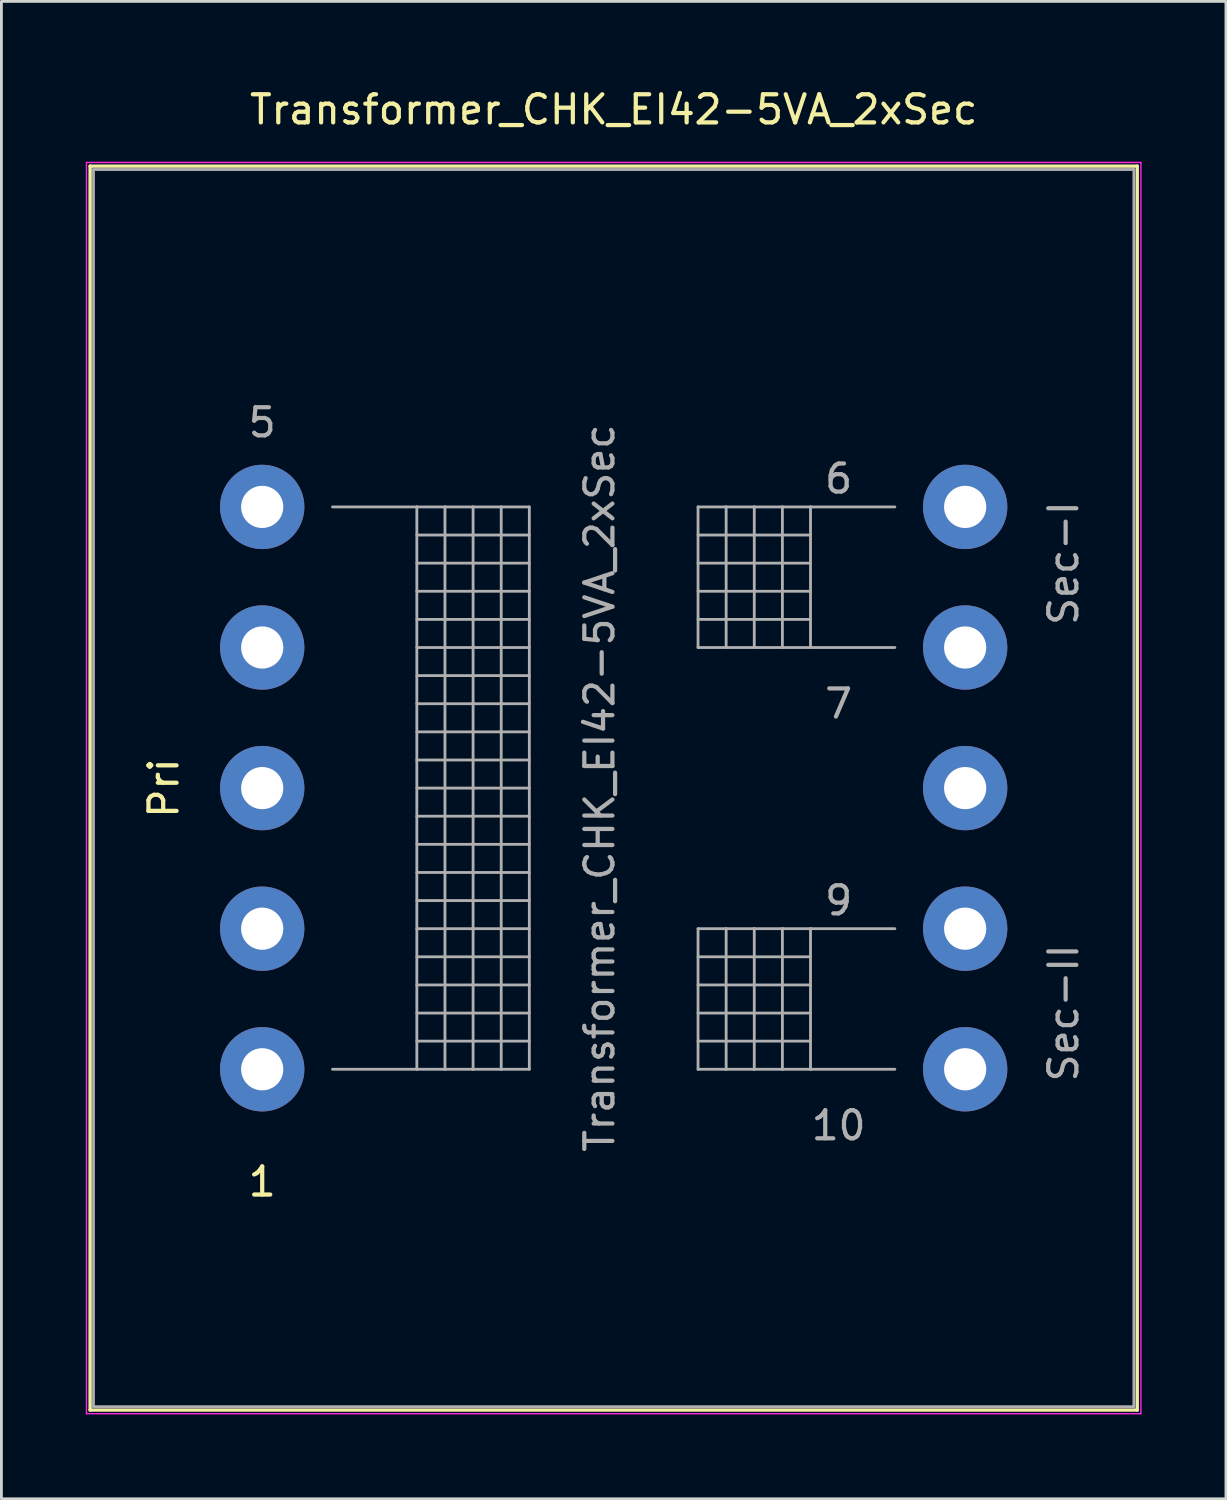
<source format=kicad_pcb>
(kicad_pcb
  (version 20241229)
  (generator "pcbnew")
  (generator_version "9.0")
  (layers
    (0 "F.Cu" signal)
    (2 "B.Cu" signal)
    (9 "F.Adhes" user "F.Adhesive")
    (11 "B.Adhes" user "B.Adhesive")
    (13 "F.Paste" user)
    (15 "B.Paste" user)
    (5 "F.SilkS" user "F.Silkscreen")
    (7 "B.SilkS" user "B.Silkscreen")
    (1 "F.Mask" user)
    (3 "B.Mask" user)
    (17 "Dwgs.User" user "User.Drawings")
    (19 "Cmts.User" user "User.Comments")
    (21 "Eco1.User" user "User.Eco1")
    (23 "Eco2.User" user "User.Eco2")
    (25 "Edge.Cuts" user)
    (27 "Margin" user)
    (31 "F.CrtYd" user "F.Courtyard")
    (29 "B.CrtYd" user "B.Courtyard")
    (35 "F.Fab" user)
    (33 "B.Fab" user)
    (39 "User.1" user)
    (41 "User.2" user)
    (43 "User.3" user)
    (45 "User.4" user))
  (footprint "Transformer_CHK_EI42-5VA_2xSec"
    (layer "F.Cu")
    (at 6.275 34.978)
    (property "Reference" "Transformer_CHK_EI42-5VA_2xSec" (at 12.5 -34.13 0) (layer "F.SilkS") (effects (font (size 1 1) (thickness 0.15))))
    (attr through_hole)
    (fp_line (start -6.12 -32.12) (end -6.12 12.12) (stroke (width 0.12) (type solid)) (layer "F.SilkS"))
    (fp_line (start -6.12 -32.12) (end 31.12 -32.12) (stroke (width 0.12) (type solid)) (layer "F.SilkS"))
    (fp_line (start 31.12 12.12) (end -6.12 12.12) (stroke (width 0.12) (type solid)) (layer "F.SilkS"))
    (fp_line (start 31.12 12.12) (end 31.12 -32.12) (stroke (width 0.12) (type solid)) (layer "F.SilkS"))
    (fp_line (start -6.25 -32.25) (end -6.25 12.25) (stroke (width 0.05) (type solid)) (layer "F.CrtYd"))
    (fp_line (start -6.25 -32.25) (end 31.25 -32.25) (stroke (width 0.05) (type solid)) (layer "F.CrtYd"))
    (fp_line (start 31.25 12.25) (end -6.25 12.25) (stroke (width 0.05) (type solid)) (layer "F.CrtYd"))
    (fp_line (start 31.25 12.25) (end 31.25 -32.25) (stroke (width 0.05) (type solid)) (layer "F.CrtYd"))
    (fp_line (start -6 -32) (end -6 12) (stroke (width 0.1) (type solid)) (layer "F.Fab"))
    (fp_line (start -6 12) (end 31 12) (stroke (width 0.1) (type solid)) (layer "F.Fab"))
    (fp_line (start 2.5 -20) (end 5.5 -20) (stroke (width 0.1) (type solid)) (layer "F.Fab"))
    (fp_line (start 5.5 -20) (end 5.5 0) (stroke (width 0.1) (type solid)) (layer "F.Fab"))
    (fp_line (start 5.5 -20) (end 6.5 -20) (stroke (width 0.1) (type solid)) (layer "F.Fab"))
    (fp_line (start 5.5 -19) (end 9.5 -19) (stroke (width 0.1) (type solid)) (layer "F.Fab"))
    (fp_line (start 5.5 -18) (end 9.5 -18) (stroke (width 0.1) (type solid)) (layer "F.Fab"))
    (fp_line (start 5.5 -17) (end 9.5 -17) (stroke (width 0.1) (type solid)) (layer "F.Fab"))
    (fp_line (start 5.5 -16) (end 9.5 -16) (stroke (width 0.1) (type solid)) (layer "F.Fab"))
    (fp_line (start 5.5 -15) (end 9.5 -15) (stroke (width 0.1) (type solid)) (layer "F.Fab"))
    (fp_line (start 5.5 -14) (end 9.5 -14) (stroke (width 0.1) (type solid)) (layer "F.Fab"))
    (fp_line (start 5.5 -13) (end 9.5 -13) (stroke (width 0.1) (type solid)) (layer "F.Fab"))
    (fp_line (start 5.5 -12) (end 9.5 -12) (stroke (width 0.1) (type solid)) (layer "F.Fab"))
    (fp_line (start 5.5 -11) (end 9.5 -11) (stroke (width 0.1) (type solid)) (layer "F.Fab"))
    (fp_line (start 5.5 -10) (end 9.5 -10) (stroke (width 0.1) (type solid)) (layer "F.Fab"))
    (fp_line (start 5.5 -9) (end 9.5 -9) (stroke (width 0.1) (type solid)) (layer "F.Fab"))
    (fp_line (start 5.5 -8) (end 9.5 -8) (stroke (width 0.1) (type solid)) (layer "F.Fab"))
    (fp_line (start 5.5 -7) (end 9.5 -7) (stroke (width 0.1) (type solid)) (layer "F.Fab"))
    (fp_line (start 5.5 -6) (end 9.5 -6) (stroke (width 0.1) (type solid)) (layer "F.Fab"))
    (fp_line (start 5.5 -5) (end 9.5 -5) (stroke (width 0.1) (type solid)) (layer "F.Fab"))
    (fp_line (start 5.5 -4) (end 9.5 -4) (stroke (width 0.1) (type solid)) (layer "F.Fab"))
    (fp_line (start 5.5 -3) (end 9.5 -3) (stroke (width 0.1) (type solid)) (layer "F.Fab"))
    (fp_line (start 5.5 -2) (end 9.5 -2) (stroke (width 0.1) (type solid)) (layer "F.Fab"))
    (fp_line (start 5.5 -1) (end 9.5 -1) (stroke (width 0.1) (type solid)) (layer "F.Fab"))
    (fp_line (start 5.5 0) (end 2.5 0) (stroke (width 0.1) (type solid)) (layer "F.Fab"))
    (fp_line (start 6.5 -20) (end 6.5 0) (stroke (width 0.1) (type solid)) (layer "F.Fab"))
    (fp_line (start 6.5 -20) (end 7.5 -20) (stroke (width 0.1) (type solid)) (layer "F.Fab"))
    (fp_line (start 6.5 0) (end 5.5 0) (stroke (width 0.1) (type solid)) (layer "F.Fab"))
    (fp_line (start 7.5 -20) (end 7.5 0) (stroke (width 0.1) (type solid)) (layer "F.Fab"))
    (fp_line (start 7.5 -20) (end 8.5 -20) (stroke (width 0.1) (type solid)) (layer "F.Fab"))
    (fp_line (start 7.5 0) (end 6.5 0) (stroke (width 0.1) (type solid)) (layer "F.Fab"))
    (fp_line (start 8.5 -20) (end 8.5 0) (stroke (width 0.1) (type solid)) (layer "F.Fab"))
    (fp_line (start 8.5 -20) (end 9.5 -20) (stroke (width 0.1) (type solid)) (layer "F.Fab"))
    (fp_line (start 8.5 0) (end 7.5 0) (stroke (width 0.1) (type solid)) (layer "F.Fab"))
    (fp_line (start 9.5 -20) (end 9.5 0) (stroke (width 0.1) (type solid)) (layer "F.Fab"))
    (fp_line (start 9.5 0) (end 8.5 0) (stroke (width 0.1) (type solid)) (layer "F.Fab"))
    (fp_line (start 15.5 -20) (end 15.5 -15) (stroke (width 0.1) (type solid)) (layer "F.Fab"))
    (fp_line (start 15.5 -19) (end 19.5 -19) (stroke (width 0.1) (type solid)) (layer "F.Fab"))
    (fp_line (start 15.5 -17) (end 19.5 -17) (stroke (width 0.1) (type solid)) (layer "F.Fab"))
    (fp_line (start 15.5 -15) (end 16.5 -15) (stroke (width 0.1) (type solid)) (layer "F.Fab"))
    (fp_line (start 15.5 -5) (end 15.5 0) (stroke (width 0.1) (type solid)) (layer "F.Fab"))
    (fp_line (start 15.5 -4) (end 19.5 -4) (stroke (width 0.1) (type solid)) (layer "F.Fab"))
    (fp_line (start 15.5 -3) (end 19.5 -3) (stroke (width 0.1) (type solid)) (layer "F.Fab"))
    (fp_line (start 15.5 -2) (end 19.5 -2) (stroke (width 0.1) (type solid)) (layer "F.Fab"))
    (fp_line (start 15.5 -1) (end 19.5 -1) (stroke (width 0.1) (type solid)) (layer "F.Fab"))
    (fp_line (start 15.5 0) (end 16.5 0) (stroke (width 0.1) (type solid)) (layer "F.Fab"))
    (fp_line (start 16.5 -20) (end 15.5 -20) (stroke (width 0.1) (type solid)) (layer "F.Fab"))
    (fp_line (start 16.5 -20) (end 16.5 -15) (stroke (width 0.1) (type solid)) (layer "F.Fab"))
    (fp_line (start 16.5 -15) (end 17.5 -15) (stroke (width 0.1) (type solid)) (layer "F.Fab"))
    (fp_line (start 16.5 -5) (end 15.5 -5) (stroke (width 0.1) (type solid)) (layer "F.Fab"))
    (fp_line (start 16.5 -5) (end 16.5 0) (stroke (width 0.1) (type solid)) (layer "F.Fab"))
    (fp_line (start 16.5 0) (end 17.5 0) (stroke (width 0.1) (type solid)) (layer "F.Fab"))
    (fp_line (start 17.5 -20) (end 16.5 -20) (stroke (width 0.1) (type solid)) (layer "F.Fab"))
    (fp_line (start 17.5 -20) (end 17.5 -15) (stroke (width 0.1) (type solid)) (layer "F.Fab"))
    (fp_line (start 17.5 -15) (end 18.5 -15) (stroke (width 0.1) (type solid)) (layer "F.Fab"))
    (fp_line (start 17.5 -5) (end 16.5 -5) (stroke (width 0.1) (type solid)) (layer "F.Fab"))
    (fp_line (start 17.5 -5) (end 17.5 0) (stroke (width 0.1) (type solid)) (layer "F.Fab"))
    (fp_line (start 17.5 0) (end 18.5 0) (stroke (width 0.1) (type solid)) (layer "F.Fab"))
    (fp_line (start 18.5 -20) (end 17.5 -20) (stroke (width 0.1) (type solid)) (layer "F.Fab"))
    (fp_line (start 18.5 -20) (end 18.5 -15) (stroke (width 0.1) (type solid)) (layer "F.Fab"))
    (fp_line (start 18.5 -15) (end 19.5 -15) (stroke (width 0.1) (type solid)) (layer "F.Fab"))
    (fp_line (start 18.5 -5) (end 17.5 -5) (stroke (width 0.1) (type solid)) (layer "F.Fab"))
    (fp_line (start 18.5 -5) (end 18.5 0) (stroke (width 0.1) (type solid)) (layer "F.Fab"))
    (fp_line (start 18.5 0) (end 19.5 0) (stroke (width 0.1) (type solid)) (layer "F.Fab"))
    (fp_line (start 19.5 -20) (end 18.5 -20) (stroke (width 0.1) (type solid)) (layer "F.Fab"))
    (fp_line (start 19.5 -20) (end 19.5 -15) (stroke (width 0.1) (type solid)) (layer "F.Fab"))
    (fp_line (start 19.5 -18) (end 15.5 -18) (stroke (width 0.1) (type solid)) (layer "F.Fab"))
    (fp_line (start 19.5 -16) (end 15.5 -16) (stroke (width 0.1) (type solid)) (layer "F.Fab"))
    (fp_line (start 19.5 -15) (end 22.5 -15) (stroke (width 0.1) (type solid)) (layer "F.Fab"))
    (fp_line (start 19.5 -5) (end 18.5 -5) (stroke (width 0.1) (type solid)) (layer "F.Fab"))
    (fp_line (start 19.5 -5) (end 19.5 0) (stroke (width 0.1) (type solid)) (layer "F.Fab"))
    (fp_line (start 19.5 0) (end 22.5 0) (stroke (width 0.1) (type solid)) (layer "F.Fab"))
    (fp_line (start 22.5 -20) (end 19.5 -20) (stroke (width 0.1) (type solid)) (layer "F.Fab"))
    (fp_line (start 22.5 -5) (end 19.5 -5) (stroke (width 0.1) (type solid)) (layer "F.Fab"))
    (fp_line (start 31 -32) (end -6 -32) (stroke (width 0.1) (type solid)) (layer "F.Fab"))
    (fp_line (start 31 12) (end 31 -32) (stroke (width 0.1) (type solid)) (layer "F.Fab"))
    (fp_text user "1" (at 0 4 0) (layer "F.SilkS") (effects (font (size 1 1) (thickness 0.15))))
    (fp_text user "Pri" (at -3.5 -10 90) (layer "F.SilkS") (effects (font (size 1 1) (thickness 0.15))))
    (fp_text user "${REFERENCE}" (at 12 -10 90) (layer "F.Fab") (effects (font (size 1 1) (thickness 0.15))))
    (fp_text user "9" (at 20.5 -6 0) (layer "F.Fab") (effects (font (size 1 1) (thickness 0.15))))
    (fp_text user "Sec-II" (at 28.5 -2 90) (layer "F.Fab") (effects (font (size 1 1) (thickness 0.15))))
    (fp_text user "5" (at 0 -23 0) (layer "F.Fab") (effects (font (size 1 1) (thickness 0.15))))
    (fp_text user "6" (at 20.5 -21 0) (layer "F.Fab") (effects (font (size 1 1) (thickness 0.15))))
    (fp_text user "10" (at 20.5 2 0) (layer "F.Fab") (effects (font (size 1 1) (thickness 0.15))))
    (fp_text user "Sec-I" (at 28.5 -18 90) (layer "F.Fab") (effects (font (size 1 1) (thickness 0.15))))
    (fp_text user "7" (at 20.5 -13 0) (layer "F.Fab") (effects (font (size 1 1) (thickness 0.15))))
    (pad "1" thru_hole circle (at 0 0) (size 3 3) (drill 1.5) (layers "*.Cu" "*.Mask"))
    (pad "2" thru_hole circle (at 0 -5) (size 3 3) (drill 1.5) (layers "*.Cu" "*.Mask"))
    (pad "3" thru_hole circle (at 0 -10) (size 3 3) (drill 1.5) (layers "*.Cu" "*.Mask"))
    (pad "4" thru_hole circle (at 0 -15) (size 3 3) (drill 1.5) (layers "*.Cu" "*.Mask"))
    (pad "5" thru_hole circle (at 0 -20) (size 3 3) (drill 1.5) (layers "*.Cu" "*.Mask"))
    (pad "6" thru_hole circle (at 25 -20) (size 3 3) (drill 1.5) (layers "*.Cu" "*.Mask"))
    (pad "7" thru_hole circle (at 25 -15) (size 3 3) (drill 1.5) (layers "*.Cu" "*.Mask"))
    (pad "8" thru_hole circle (at 25 -10) (size 3 3) (drill 1.5) (layers "*.Cu" "*.Mask"))
    (pad "9" thru_hole circle (at 25 -5) (size 3 3) (drill 1.5) (layers "*.Cu" "*.Mask"))
    (pad "10" thru_hole circle (at 25 0) (size 3 3) (drill 1.5) (layers "*.Cu" "*.Mask")))
  (gr_rect
    (start -3 -3)
    (end 40.55 50.253)
    (stroke (width 0.1) (type default))
    (fill no)
    (layer "Edge.Cuts")))
</source>
